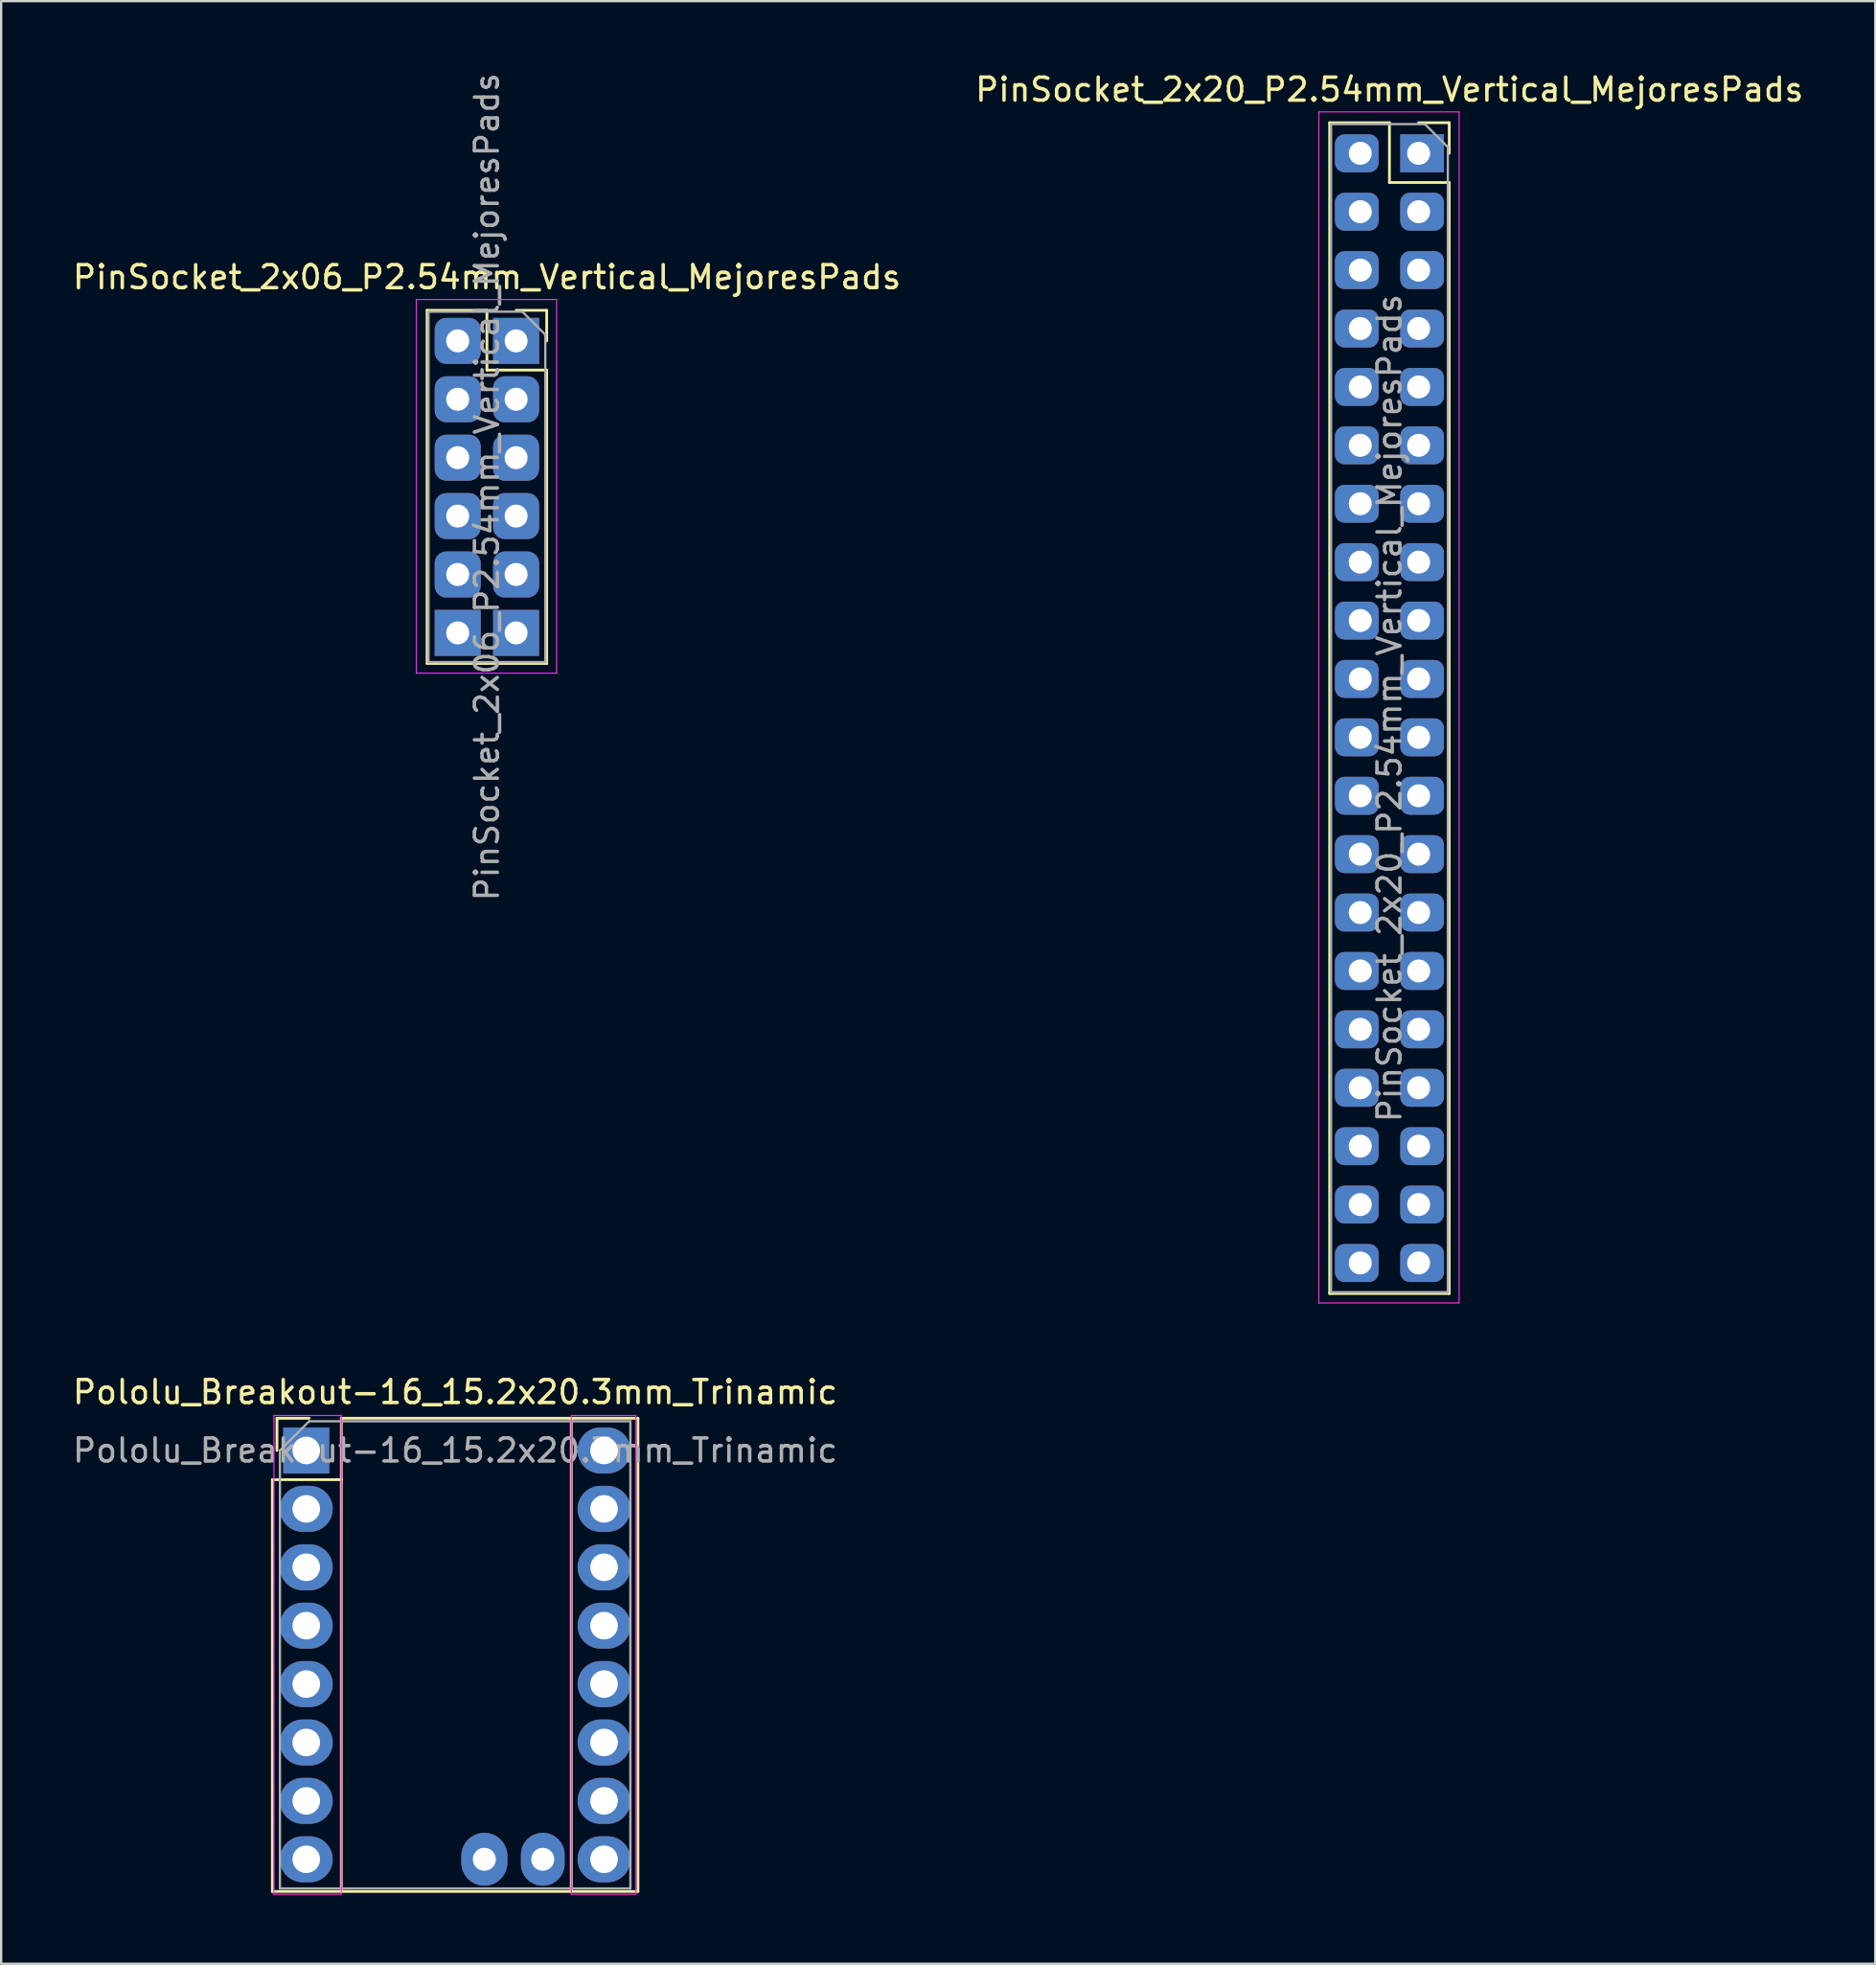
<source format=kicad_pcb>
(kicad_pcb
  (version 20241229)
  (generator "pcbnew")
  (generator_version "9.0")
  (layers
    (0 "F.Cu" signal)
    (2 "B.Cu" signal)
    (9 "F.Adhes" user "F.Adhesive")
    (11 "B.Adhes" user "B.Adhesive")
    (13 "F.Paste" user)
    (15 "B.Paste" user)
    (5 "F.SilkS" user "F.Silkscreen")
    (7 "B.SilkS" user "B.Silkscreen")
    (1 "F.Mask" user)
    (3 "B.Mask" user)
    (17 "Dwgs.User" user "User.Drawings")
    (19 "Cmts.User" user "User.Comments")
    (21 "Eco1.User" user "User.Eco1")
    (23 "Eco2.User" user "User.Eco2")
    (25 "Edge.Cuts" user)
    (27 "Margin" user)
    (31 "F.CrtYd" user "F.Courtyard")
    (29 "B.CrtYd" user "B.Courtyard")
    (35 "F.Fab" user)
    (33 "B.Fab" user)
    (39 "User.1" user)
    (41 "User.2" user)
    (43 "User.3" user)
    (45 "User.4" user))
  (footprint "Pololu_Breakout-16_15.2x20.3mm_Trinamic"
    (layer "F.Cu")
    (at 10.394 60.032)
    (property "Reference" "Pololu_Breakout-16_15.2x20.3mm_Trinamic" (at 6.35 -2.54 0) (layer "F.SilkS") (effects (font (size 1 1) (thickness 0.15))))
    (attr through_hole)
    (fp_line (start -1.6 1.27) (end -1.6 19.18) (stroke (width 0.12) (type solid)) (layer "F.SilkS"))
    (fp_line (start -1.6 19.18) (end 14.3 19.18) (stroke (width 0.12) (type solid)) (layer "F.SilkS"))
    (fp_line (start -1.4 -1.4) (end -1.4 0) (stroke (width 0.12) (type solid)) (layer "F.SilkS"))
    (fp_line (start 0 -1.4) (end -1.4 -1.4) (stroke (width 0.12) (type solid)) (layer "F.SilkS"))
    (fp_line (start 1.4 -1.4) (end 1.4 1.27) (stroke (width 0.12) (type solid)) (layer "F.SilkS"))
    (fp_line (start 1.4 1.27) (end -1.6 1.27) (stroke (width 0.12) (type solid)) (layer "F.SilkS"))
    (fp_line (start 1.4 1.27) (end 1.4 19.18) (stroke (width 0.12) (type solid)) (layer "F.SilkS"))
    (fp_line (start 11.4 -1.4) (end 11.4 19.18) (stroke (width 0.12) (type solid)) (layer "F.SilkS"))
    (fp_line (start 14.3 -1.4) (end 1.4 -1.4) (stroke (width 0.12) (type solid)) (layer "F.SilkS"))
    (fp_line (start 14.3 19.18) (end 14.3 -1.4) (stroke (width 0.12) (type solid)) (layer "F.SilkS"))
    (fp_line (start -1.53 -1.52) (end -1.53 19.3) (stroke (width 0.05) (type solid)) (layer "F.CrtYd"))
    (fp_line (start -1.53 -1.52) (end 1.4 -1.52) (stroke (width 0.05) (type solid)) (layer "F.CrtYd"))
    (fp_line (start 1.4 -1.525) (end 1.4 19.3) (stroke (width 0.05) (type solid)) (layer "F.CrtYd"))
    (fp_line (start 1.4 19.3) (end -1.53 19.3) (stroke (width 0.05) (type solid)) (layer "F.CrtYd"))
    (fp_line (start 11.4 -1.525) (end 11.4 19.3) (stroke (width 0.05) (type solid)) (layer "F.CrtYd"))
    (fp_line (start 14.21 -1.52) (end 11.4 -1.52) (stroke (width 0.05) (type solid)) (layer "F.CrtYd"))
    (fp_line (start 14.21 19.3) (end 11.4 19.3) (stroke (width 0.05) (type solid)) (layer "F.CrtYd"))
    (fp_line (start 14.21 19.3) (end 14.21 -1.52) (stroke (width 0.05) (type solid)) (layer "F.CrtYd"))
    (fp_line (start -1.27 0) (end 0 -1.27) (stroke (width 0.1) (type solid)) (layer "F.Fab"))
    (fp_line (start -1.27 19.05) (end -1.27 0) (stroke (width 0.1) (type solid)) (layer "F.Fab"))
    (fp_line (start 0 -1.27) (end 13.97 -1.27) (stroke (width 0.1) (type solid)) (layer "F.Fab"))
    (fp_line (start 13.97 -1.27) (end 13.97 19.05) (stroke (width 0.1) (type solid)) (layer "F.Fab"))
    (fp_line (start 13.97 19.05) (end -1.27 19.05) (stroke (width 0.1) (type solid)) (layer "F.Fab"))
    (fp_text user "${REFERENCE}" (at 6.35 0 0) (layer "F.Fab") (effects (font (size 1 1) (thickness 0.15))))
    (pad "1" thru_hole rect (at -0.125 0) (size 2 2) (drill 1.2) (layers "*.Cu" "*.Mask"))
    (pad "2" thru_hole oval (at -0.125 2.54) (size 2.3 2) (drill 1.2) (layers "*.Cu" "*.Mask"))
    (pad "3" thru_hole oval (at -0.125 5.08) (size 2.3 2) (drill 1.2) (layers "*.Cu" "*.Mask"))
    (pad "4" thru_hole oval (at -0.125 7.62) (size 2.3 2) (drill 1.2) (layers "*.Cu" "*.Mask"))
    (pad "5" thru_hole oval (at -0.125 10.16) (size 2.3 2) (drill 1.2) (layers "*.Cu" "*.Mask"))
    (pad "6" thru_hole oval (at -0.125 12.7) (size 2.3 2) (drill 1.2) (layers "*.Cu" "*.Mask"))
    (pad "7" thru_hole oval (at -0.125 15.24) (size 2.3 2) (drill 1.2) (layers "*.Cu" "*.Mask"))
    (pad "8" thru_hole oval (at -0.125 17.78) (size 2.3 2) (drill 1.2) (layers "*.Cu" "*.Mask"))
    (pad "9" thru_hole oval (at 12.825 17.78) (size 2.3 2) (drill 1.2) (layers "*.Cu" "*.Mask"))
    (pad "10" thru_hole oval (at 12.825 15.24) (size 2.3 2) (drill 1.2) (layers "*.Cu" "*.Mask"))
    (pad "11" thru_hole oval (at 12.825 12.7) (size 2.3 2) (drill 1.2) (layers "*.Cu" "*.Mask"))
    (pad "12" thru_hole oval (at 12.825 10.16) (size 2.3 2) (drill 1.2) (layers "*.Cu" "*.Mask"))
    (pad "13" thru_hole oval (at 12.825 7.62) (size 2.3 2) (drill 1.2) (layers "*.Cu" "*.Mask"))
    (pad "14" thru_hole oval (at 12.825 5.08) (size 2.3 2) (drill 1.2) (layers "*.Cu" "*.Mask"))
    (pad "15" thru_hole oval (at 12.825 2.54) (size 2.3 2) (drill 1.2) (layers "*.Cu" "*.Mask"))
    (pad "16" thru_hole oval (at 12.825 0) (size 2.3 2) (drill 1.2) (layers "*.Cu" "*.Mask"))
    (pad "17" thru_hole oval (at 7.62 17.78 90) (size 2.3 2) (drill 1) (layers "*.Cu" "*.Mask"))
    (pad "18" thru_hole oval (at 10.16 17.78 90) (size 2.3 1.9) (drill 1) (layers "*.Cu" "*.Mask")))
  (footprint "PinSocket_2x06_P2.54mm_Vertical_MejoresPads"
    (layer "F.Cu")
    (at 19.395 11.775)
    (property "Reference" "PinSocket_2x06_P2.54mm_Vertical_MejoresPads" (at -1.27 -2.77 0) (layer "F.SilkS") (effects (font (size 1 1) (thickness 0.15))))
    (attr through_hole)
    (fp_line (start -3.87 -1.33) (end -3.87 14.03) (stroke (width 0.12) (type solid)) (layer "F.SilkS"))
    (fp_line (start -3.87 -1.33) (end -1.27 -1.33) (stroke (width 0.12) (type solid)) (layer "F.SilkS"))
    (fp_line (start -3.87 14.03) (end 1.33 14.03) (stroke (width 0.12) (type solid)) (layer "F.SilkS"))
    (fp_line (start -1.27 -1.33) (end -1.27 1.27) (stroke (width 0.12) (type solid)) (layer "F.SilkS"))
    (fp_line (start -1.27 1.27) (end 1.33 1.27) (stroke (width 0.12) (type solid)) (layer "F.SilkS"))
    (fp_line (start 0 -1.33) (end 1.33 -1.33) (stroke (width 0.12) (type solid)) (layer "F.SilkS"))
    (fp_line (start 1.33 -1.33) (end 1.33 0) (stroke (width 0.12) (type solid)) (layer "F.SilkS"))
    (fp_line (start 1.33 1.27) (end 1.33 14.03) (stroke (width 0.12) (type solid)) (layer "F.SilkS"))
    (fp_line (start -4.34 -1.8) (end 1.76 -1.8) (stroke (width 0.05) (type solid)) (layer "F.CrtYd"))
    (fp_line (start -4.34 14.45) (end -4.34 -1.8) (stroke (width 0.05) (type solid)) (layer "F.CrtYd"))
    (fp_line (start 1.76 -1.8) (end 1.76 14.45) (stroke (width 0.05) (type solid)) (layer "F.CrtYd"))
    (fp_line (start 1.76 14.45) (end -4.34 14.45) (stroke (width 0.05) (type solid)) (layer "F.CrtYd"))
    (fp_line (start -3.81 -1.27) (end 0.27 -1.27) (stroke (width 0.1) (type solid)) (layer "F.Fab"))
    (fp_line (start -3.81 13.97) (end -3.81 -1.27) (stroke (width 0.1) (type solid)) (layer "F.Fab"))
    (fp_line (start 0.27 -1.27) (end 1.27 -0.27) (stroke (width 0.1) (type solid)) (layer "F.Fab"))
    (fp_line (start 1.27 -0.27) (end 1.27 13.97) (stroke (width 0.1) (type solid)) (layer "F.Fab"))
    (fp_line (start 1.27 13.97) (end -3.81 13.97) (stroke (width 0.1) (type solid)) (layer "F.Fab"))
    (fp_text user "${REFERENCE}" (at -1.27 6.35 90) (layer "F.Fab") (effects (font (size 1 1) (thickness 0.15))))
    (pad "1" thru_hole rect (at 0 0) (size 2 2) (drill 1) (layers "*.Cu" "*.Mask"))
    (pad "2" thru_hole roundrect (at -2.54 0) (size 2 2) (drill 1) (layers "*.Cu" "*.Mask") (roundrect_rratio 0.25))
    (pad "3" thru_hole roundrect (at 0 2.54) (size 2 2) (drill 1) (layers "*.Cu" "*.Mask") (roundrect_rratio 0.25))
    (pad "4" thru_hole roundrect (at -2.54 2.54) (size 2 2) (drill 1) (layers "*.Cu" "*.Mask") (roundrect_rratio 0.25))
    (pad "5" thru_hole roundrect (at 0 5.08) (size 2 2) (drill 1) (layers "*.Cu" "*.Mask") (roundrect_rratio 0.25))
    (pad "6" thru_hole roundrect (at -2.54 5.08) (size 2 2) (drill 1) (layers "*.Cu" "*.Mask") (roundrect_rratio 0.25))
    (pad "7" thru_hole roundrect (at 0 7.62) (size 2 2) (drill 1) (layers "*.Cu" "*.Mask") (roundrect_rratio 0.25))
    (pad "8" thru_hole roundrect (at -2.54 7.62) (size 2 2) (drill 1) (layers "*.Cu" "*.Mask") (roundrect_rratio 0.25))
    (pad "9" thru_hole roundrect (at 0 10.16) (size 2 2) (drill 1) (layers "*.Cu" "*.Mask") (roundrect_rratio 0.25))
    (pad "10" thru_hole roundrect (at -2.54 10.16) (size 2 2) (drill 1) (layers "*.Cu" "*.Mask") (roundrect_rratio 0.25))
    (pad "11" thru_hole rect (at 0 12.7) (size 2 2) (drill 1) (layers "*.Cu" "*.Mask"))
    (pad "12" thru_hole rect (at -2.54 12.7) (size 2 2) (drill 1) (layers "*.Cu" "*.Mask")))
  (footprint "PinSocket_2x20_P2.54mm_Vertical_MejoresPads"
    (layer "F.Cu")
    (at 58.645 3.618)
    (property "Reference" "PinSocket_2x20_P2.54mm_Vertical_MejoresPads" (at -1.27 -2.77 0) (layer "F.SilkS") (effects (font (size 1 1) (thickness 0.15))))
    (attr through_hole)
    (fp_line (start -3.87 -1.33) (end -3.87 49.59) (stroke (width 0.12) (type solid)) (layer "F.SilkS"))
    (fp_line (start -3.87 -1.33) (end -1.27 -1.33) (stroke (width 0.12) (type solid)) (layer "F.SilkS"))
    (fp_line (start -3.87 49.59) (end 1.33 49.59) (stroke (width 0.12) (type solid)) (layer "F.SilkS"))
    (fp_line (start -1.27 -1.33) (end -1.27 1.27) (stroke (width 0.12) (type solid)) (layer "F.SilkS"))
    (fp_line (start -1.27 1.27) (end 1.33 1.27) (stroke (width 0.12) (type solid)) (layer "F.SilkS"))
    (fp_line (start 0 -1.33) (end 1.33 -1.33) (stroke (width 0.12) (type solid)) (layer "F.SilkS"))
    (fp_line (start 1.33 -1.33) (end 1.33 0) (stroke (width 0.12) (type solid)) (layer "F.SilkS"))
    (fp_line (start 1.33 1.27) (end 1.33 49.59) (stroke (width 0.12) (type solid)) (layer "F.SilkS"))
    (fp_line (start -4.34 -1.8) (end 1.76 -1.8) (stroke (width 0.05) (type solid)) (layer "F.CrtYd"))
    (fp_line (start -4.34 50) (end -4.34 -1.8) (stroke (width 0.05) (type solid)) (layer "F.CrtYd"))
    (fp_line (start 1.76 -1.8) (end 1.76 50) (stroke (width 0.05) (type solid)) (layer "F.CrtYd"))
    (fp_line (start 1.76 50) (end -4.34 50) (stroke (width 0.05) (type solid)) (layer "F.CrtYd"))
    (fp_line (start -3.81 -1.27) (end 0.27 -1.27) (stroke (width 0.1) (type solid)) (layer "F.Fab"))
    (fp_line (start -3.81 49.53) (end -3.81 -1.27) (stroke (width 0.1) (type solid)) (layer "F.Fab"))
    (fp_line (start 0.27 -1.27) (end 1.27 -0.27) (stroke (width 0.1) (type solid)) (layer "F.Fab"))
    (fp_line (start 1.27 -0.27) (end 1.27 49.53) (stroke (width 0.1) (type solid)) (layer "F.Fab"))
    (fp_line (start 1.27 49.53) (end -3.81 49.53) (stroke (width 0.1) (type solid)) (layer "F.Fab"))
    (fp_text user "${REFERENCE}" (at -1.27 24.13 90) (layer "F.Fab") (effects (font (size 1 1) (thickness 0.15))))
    (pad "1" thru_hole rect (at 0 0) (size 1.9 1.65) (drill 1 (offset 0.15 0)) (layers "*.Cu" "*.Mask"))
    (pad "2" thru_hole roundrect (at -2.54 0) (size 1.9 1.65) (drill 1 (offset -0.15 0)) (layers "*.Cu" "*.Mask") (roundrect_rratio 0.25))
    (pad "3" thru_hole roundrect (at 0 2.54) (size 1.9 1.65) (drill 1 (offset 0.15 0)) (layers "*.Cu" "*.Mask") (roundrect_rratio 0.25))
    (pad "4" thru_hole roundrect (at -2.54 2.54) (size 1.9 1.65) (drill 1 (offset -0.15 0)) (layers "*.Cu" "*.Mask") (roundrect_rratio 0.25))
    (pad "5" thru_hole roundrect (at 0 5.08) (size 1.9 1.65) (drill 1 (offset 0.15 0)) (layers "*.Cu" "*.Mask") (roundrect_rratio 0.25))
    (pad "6" thru_hole roundrect (at -2.54 5.08) (size 1.9 1.65) (drill 1 (offset -0.15 0)) (layers "*.Cu" "*.Mask") (roundrect_rratio 0.25))
    (pad "7" thru_hole roundrect (at 0 7.62) (size 1.9 1.65) (drill 1 (offset 0.15 0)) (layers "*.Cu" "*.Mask") (roundrect_rratio 0.25))
    (pad "8" thru_hole roundrect (at -2.54 7.62) (size 1.9 1.65) (drill 1 (offset -0.15 0)) (layers "*.Cu" "*.Mask") (roundrect_rratio 0.25))
    (pad "9" thru_hole roundrect (at 0 10.16) (size 1.9 1.65) (drill 1 (offset 0.15 0)) (layers "*.Cu" "*.Mask") (roundrect_rratio 0.25))
    (pad "10" thru_hole roundrect (at -2.54 10.16) (size 1.9 1.65) (drill 1 (offset -0.15 0)) (layers "*.Cu" "*.Mask") (roundrect_rratio 0.25))
    (pad "11" thru_hole roundrect (at 0 12.7) (size 1.9 1.65) (drill 1 (offset 0.15 0)) (layers "*.Cu" "*.Mask") (roundrect_rratio 0.25))
    (pad "12" thru_hole roundrect (at -2.54 12.7) (size 1.9 1.65) (drill 1 (offset -0.15 0)) (layers "*.Cu" "*.Mask") (roundrect_rratio 0.25))
    (pad "13" thru_hole roundrect (at 0 15.24) (size 1.9 1.65) (drill 1 (offset 0.15 0)) (layers "*.Cu" "*.Mask") (roundrect_rratio 0.25))
    (pad "14" thru_hole roundrect (at -2.54 15.24) (size 1.9 1.65) (drill 1 (offset -0.15 0)) (layers "*.Cu" "*.Mask") (roundrect_rratio 0.25))
    (pad "15" thru_hole roundrect (at 0 17.78) (size 1.9 1.65) (drill 1 (offset 0.15 0)) (layers "*.Cu" "*.Mask") (roundrect_rratio 0.25))
    (pad "16" thru_hole roundrect (at -2.54 17.78) (size 1.9 1.65) (drill 1 (offset -0.15 0)) (layers "*.Cu" "*.Mask") (roundrect_rratio 0.25))
    (pad "17" thru_hole roundrect (at 0 20.32) (size 1.9 1.65) (drill 1 (offset 0.15 0)) (layers "*.Cu" "*.Mask") (roundrect_rratio 0.25))
    (pad "18" thru_hole roundrect (at -2.54 20.32) (size 1.9 1.65) (drill 1 (offset -0.15 0)) (layers "*.Cu" "*.Mask") (roundrect_rratio 0.25))
    (pad "19" thru_hole roundrect (at 0 22.86) (size 1.9 1.65) (drill 1 (offset 0.15 0)) (layers "*.Cu" "*.Mask") (roundrect_rratio 0.25))
    (pad "20" thru_hole roundrect (at -2.54 22.86) (size 1.9 1.65) (drill 1 (offset -0.15 0)) (layers "*.Cu" "*.Mask") (roundrect_rratio 0.25))
    (pad "21" thru_hole roundrect (at 0 25.4) (size 1.9 1.65) (drill 1 (offset 0.15 0)) (layers "*.Cu" "*.Mask") (roundrect_rratio 0.25))
    (pad "22" thru_hole roundrect (at -2.54 25.4) (size 1.9 1.65) (drill 1 (offset -0.15 0)) (layers "*.Cu" "*.Mask") (roundrect_rratio 0.25))
    (pad "23" thru_hole roundrect (at 0 27.94) (size 1.9 1.65) (drill 1 (offset 0.15 0)) (layers "*.Cu" "*.Mask") (roundrect_rratio 0.25))
    (pad "24" thru_hole roundrect (at -2.54 27.94) (size 1.9 1.65) (drill 1 (offset -0.15 0)) (layers "*.Cu" "*.Mask") (roundrect_rratio 0.25))
    (pad "25" thru_hole roundrect (at 0 30.48) (size 1.9 1.65) (drill 1 (offset 0.15 0)) (layers "*.Cu" "*.Mask") (roundrect_rratio 0.25))
    (pad "26" thru_hole roundrect (at -2.54 30.48) (size 1.9 1.65) (drill 1 (offset -0.15 0)) (layers "*.Cu" "*.Mask") (roundrect_rratio 0.25))
    (pad "27" thru_hole roundrect (at 0 33.02) (size 1.9 1.65) (drill 1 (offset 0.15 0)) (layers "*.Cu" "*.Mask") (roundrect_rratio 0.25))
    (pad "28" thru_hole roundrect (at -2.54 33.02) (size 1.9 1.65) (drill 1 (offset -0.15 0)) (layers "*.Cu" "*.Mask") (roundrect_rratio 0.25))
    (pad "29" thru_hole roundrect (at 0 35.56) (size 1.9 1.65) (drill 1 (offset 0.15 0)) (layers "*.Cu" "*.Mask") (roundrect_rratio 0.25))
    (pad "30" thru_hole roundrect (at -2.54 35.56) (size 1.9 1.65) (drill 1 (offset -0.15 0)) (layers "*.Cu" "*.Mask") (roundrect_rratio 0.25))
    (pad "31" thru_hole roundrect (at 0 38.1) (size 1.9 1.65) (drill 1 (offset 0.15 0)) (layers "*.Cu" "*.Mask") (roundrect_rratio 0.25))
    (pad "32" thru_hole roundrect (at -2.54 38.1) (size 1.9 1.65) (drill 1 (offset -0.15 0)) (layers "*.Cu" "*.Mask") (roundrect_rratio 0.25))
    (pad "33" thru_hole roundrect (at 0 40.64) (size 1.9 1.65) (drill 1 (offset 0.15 0)) (layers "*.Cu" "*.Mask") (roundrect_rratio 0.25))
    (pad "34" thru_hole roundrect (at -2.54 40.64) (size 1.9 1.65) (drill 1 (offset -0.15 0)) (layers "*.Cu" "*.Mask") (roundrect_rratio 0.25))
    (pad "35" thru_hole roundrect (at 0 43.18) (size 1.9 1.65) (drill 1 (offset 0.15 0)) (layers "*.Cu" "*.Mask") (roundrect_rratio 0.25))
    (pad "36" thru_hole roundrect (at -2.54 43.18) (size 1.9 1.65) (drill 1 (offset -0.15 0)) (layers "*.Cu" "*.Mask") (roundrect_rratio 0.25))
    (pad "37" thru_hole roundrect (at 0 45.72) (size 1.9 1.65) (drill 1 (offset 0.15 0)) (layers "*.Cu" "*.Mask") (roundrect_rratio 0.25))
    (pad "38" thru_hole roundrect (at -2.54 45.72) (size 1.9 1.65) (drill 1 (offset -0.15 0)) (layers "*.Cu" "*.Mask") (roundrect_rratio 0.25))
    (pad "39" thru_hole roundrect (at 0 48.26) (size 1.9 1.65) (drill 1 (offset 0.15 0)) (layers "*.Cu" "*.Mask") (roundrect_rratio 0.25))
    (pad "40" thru_hole roundrect (at -2.54 48.26) (size 1.9 1.65) (drill 1 (offset -0.15 0)) (layers "*.Cu" "*.Mask") (roundrect_rratio 0.25)))
  (gr_rect
    (start -3 -3)
    (end 78.5 82.356)
    (stroke (width 0.1) (type default))
    (fill no)
    (layer "Edge.Cuts")))
</source>
